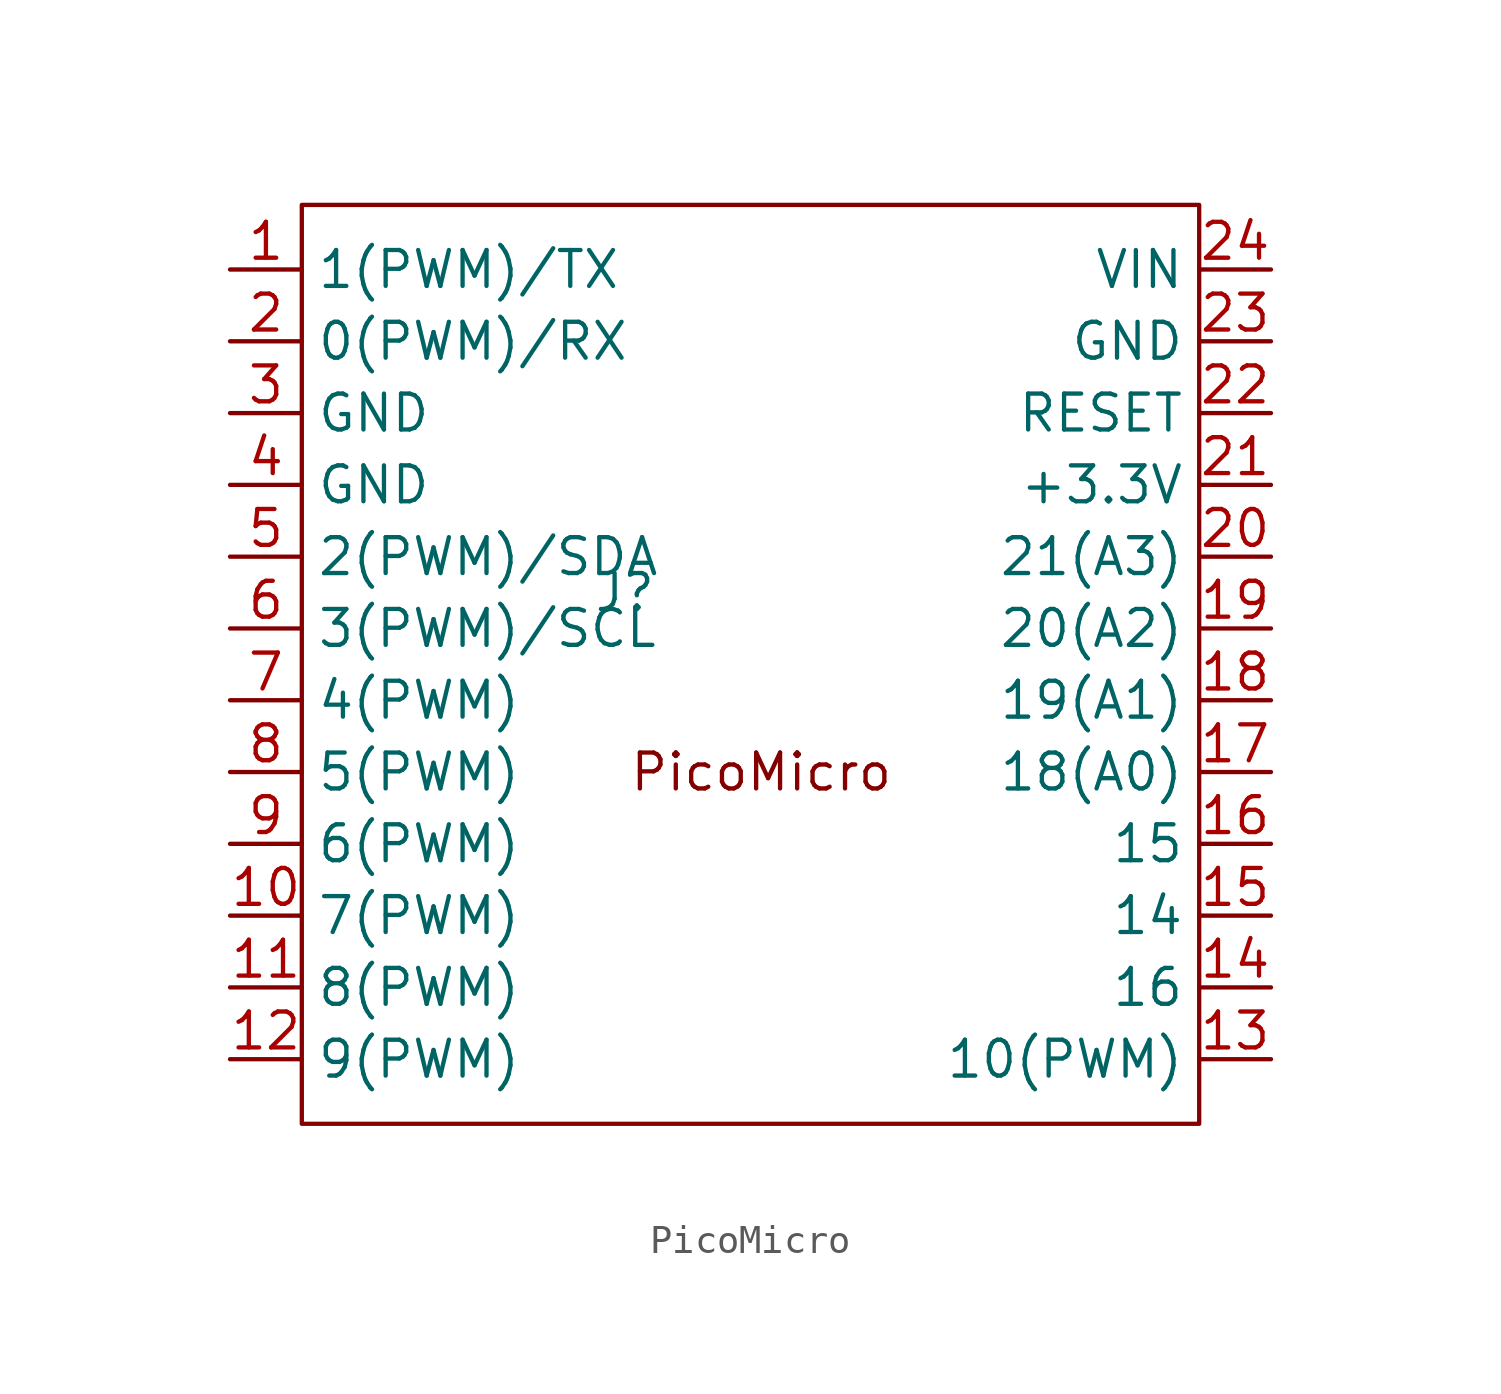
<source format=kicad_sym>
(kicad_symbol_lib
  (version 20241209)
  (generator "kicad_symbol_editor")
  (generator_version "9.0")
  (symbol "PicoMicro"
    (property "Reference" "J"
      (at -5.08 1.27 0)
      (effects (font (size 1.27 1.27))))
    (property "Value" ""
      (at 0 0 0)
      (effects (font (size 1.27 1.27))))
    (symbol "PicoMicro_0_1"
      (polyline (pts (xy -16.51 14.986) (xy -16.51 -17.526) (xy 15.24 -17.526) (xy 15.24 14.986) (xy -16.51 14.986)) (stroke (width 0) (type default)) (fill (type none))))
    (symbol "PicoMicro_1_1"
      (text "PicoMicro" (at -0.254 -5.08 0) (effects (font (size 1.27 1.27))))
      (pin bidirectional line (at -19.05 12.7 0) (length 2.54) (name "1(PWM)/TX" (effects (font (size 1.27 1.27)))) (number "1" (effects (font (size 1.27 1.27)))))
      (pin bidirectional line (at -19.05 10.16 0) (length 2.54) (name "0(PWM)/RX" (effects (font (size 1.27 1.27)))) (number "2" (effects (font (size 1.27 1.27)))))
      (pin power_in line (at -19.05 7.62 0) (length 2.54) (name "GND" (effects (font (size 1.27 1.27)))) (number "3" (effects (font (size 1.27 1.27)))))
      (pin power_in line (at -19.05 5.08 0) (length 2.54) (name "GND" (effects (font (size 1.27 1.27)))) (number "4" (effects (font (size 1.27 1.27)))))
      (pin bidirectional line (at -19.05 2.54 0) (length 2.54) (name "2(PWM)/SDA" (effects (font (size 1.27 1.27)))) (number "5" (effects (font (size 1.27 1.27)))))
      (pin bidirectional line (at -19.05 0 0) (length 2.54) (name "3(PWM)/SCL" (effects (font (size 1.27 1.27)))) (number "6" (effects (font (size 1.27 1.27)))))
      (pin bidirectional line (at -19.05 -2.54 0) (length 2.54) (name "4(PWM)" (effects (font (size 1.27 1.27)))) (number "7" (effects (font (size 1.27 1.27)))))
      (pin bidirectional line (at -19.05 -5.08 0) (length 2.54) (name "5(PWM)" (effects (font (size 1.27 1.27)))) (number "8" (effects (font (size 1.27 1.27)))))
      (pin bidirectional line (at -19.05 -7.62 0) (length 2.54) (name "6(PWM)" (effects (font (size 1.27 1.27)))) (number "9" (effects (font (size 1.27 1.27)))))
      (pin bidirectional line (at -19.05 -10.16 0) (length 2.54) (name "7(PWM)" (effects (font (size 1.27 1.27)))) (number "10" (effects (font (size 1.27 1.27)))))
      (pin bidirectional line (at -19.05 -12.7 0) (length 2.54) (name "8(PWM)" (effects (font (size 1.27 1.27)))) (number "11" (effects (font (size 1.27 1.27)))))
      (pin bidirectional line (at -19.05 -15.24 0) (length 2.54) (name "9(PWM)" (effects (font (size 1.27 1.27)))) (number "12" (effects (font (size 1.27 1.27)))))
      (pin power_in line (at 17.78 12.7 180) (length 2.54) (name "VIN" (effects (font (size 1.27 1.27)))) (number "24" (effects (font (size 1.27 1.27)))))
      (pin power_in line (at 17.78 10.16 180) (length 2.54) (name "GND" (effects (font (size 1.27 1.27)))) (number "23" (effects (font (size 1.27 1.27)))))
      (pin input line (at 17.78 7.62 180) (length 2.54) (name "RESET" (effects (font (size 1.27 1.27)))) (number "22" (effects (font (size 1.27 1.27)))))
      (pin power_out line (at 17.78 5.08 180) (length 2.54) (name "+3.3V" (effects (font (size 1.27 1.27)))) (number "21" (effects (font (size 1.27 1.27)))))
      (pin bidirectional line (at 17.78 2.54 180) (length 2.54) (name "21(A3)" (effects (font (size 1.27 1.27)))) (number "20" (effects (font (size 1.27 1.27)))))
      (pin bidirectional line (at 17.78 0 180) (length 2.54) (name "20(A2)" (effects (font (size 1.27 1.27)))) (number "19" (effects (font (size 1.27 1.27)))))
      (pin bidirectional line (at 17.78 -2.54 180) (length 2.54) (name "19(A1)" (effects (font (size 1.27 1.27)))) (number "18" (effects (font (size 1.27 1.27)))))
      (pin bidirectional line (at 17.78 -5.08 180) (length 2.54) (name "18(A0)" (effects (font (size 1.27 1.27)))) (number "17" (effects (font (size 1.27 1.27)))))
      (pin bidirectional line (at 17.78 -7.62 180) (length 2.54) (name "15" (effects (font (size 1.27 1.27)))) (number "16" (effects (font (size 1.27 1.27)))))
      (pin bidirectional line (at 17.78 -10.16 180) (length 2.54) (name "14" (effects (font (size 1.27 1.27)))) (number "15" (effects (font (size 1.27 1.27)))))
      (pin bidirectional line (at 17.78 -12.7 180) (length 2.54) (name "16" (effects (font (size 1.27 1.27)))) (number "14" (effects (font (size 1.27 1.27)))))
      (pin bidirectional line (at 17.78 -15.24 180) (length 2.54) (name "10(PWM)" (effects (font (size 1.27 1.27)))) (number "13" (effects (font (size 1.27 1.27))))))))
</source>
